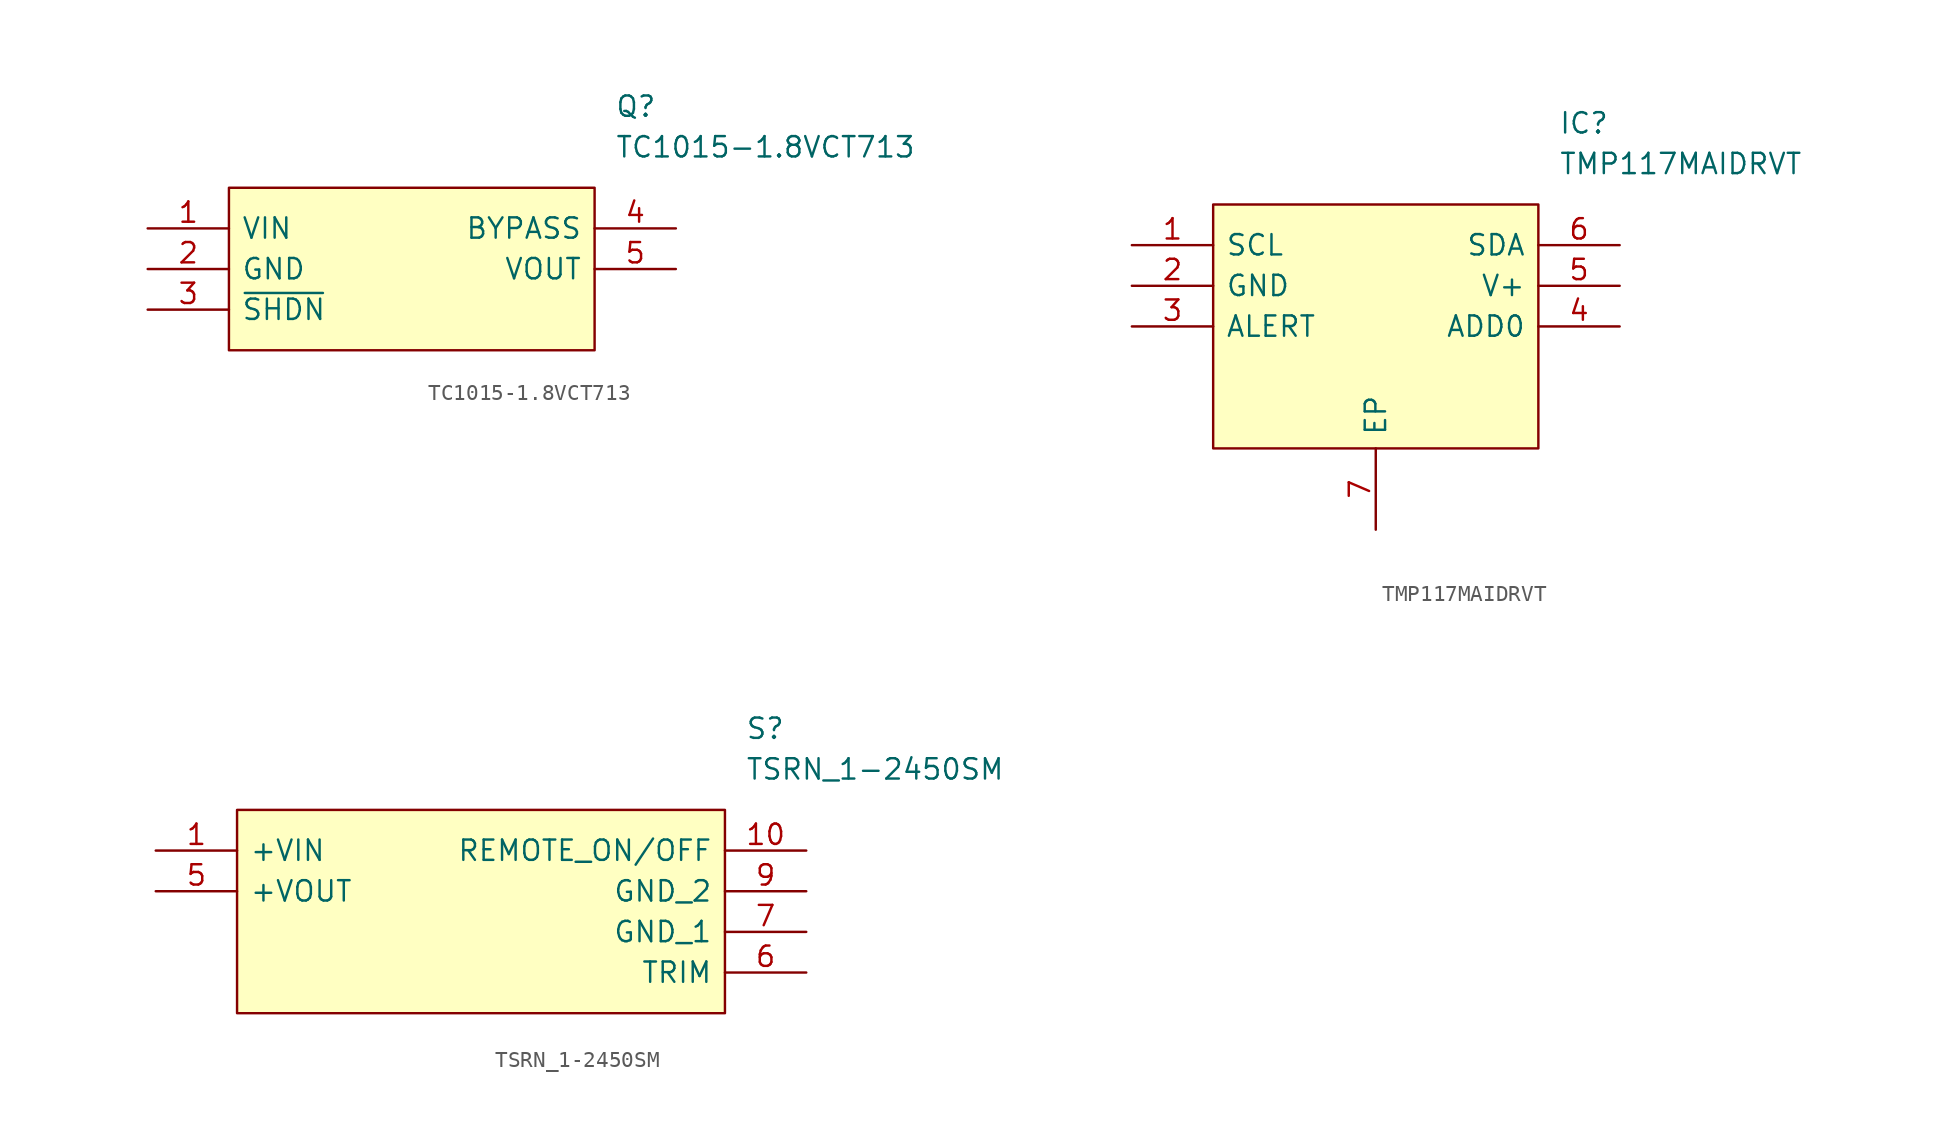
<source format=kicad_sym>
(kicad_symbol_lib
  (version 20220914)
  (generator kicad_symbol_editor)
  (symbol "TC1015-1.8VCT713"
    (pin_names
      (offset 0.762))
    (property "Reference" "Q"
      (at 29.21 7.62 0)
      (effects (font (size 1.27 1.27)) (justify left)))
    (property "Value" "TC1015-1.8VCT713"
      (at 29.21 5.08 0)
      (effects (font (size 1.27 1.27)) (justify left)))
    (symbol "TC1015-1.8VCT713_0_0"
      (pin passive line (at 0 0 0) (length 5.08) (name "VIN" (effects (font (size 1.27 1.27)))) (number "1" (effects (font (size 1.27 1.27)))))
      (pin passive line (at 0 -2.54 0) (length 5.08) (name "GND" (effects (font (size 1.27 1.27)))) (number "2" (effects (font (size 1.27 1.27)))))
      (pin passive line (at 0 -5.08 0) (length 5.08) (name "~{SHDN}" (effects (font (size 1.27 1.27)))) (number "3" (effects (font (size 1.27 1.27)))))
      (pin passive line (at 33.02 0 180) (length 5.08) (name "BYPASS" (effects (font (size 1.27 1.27)))) (number "4" (effects (font (size 1.27 1.27)))))
      (pin passive line (at 33.02 -2.54 180) (length 5.08) (name "VOUT" (effects (font (size 1.27 1.27)))) (number "5" (effects (font (size 1.27 1.27))))))
    (symbol "TC1015-1.8VCT713_1_1"
      (polyline (pts (xy 5.08 2.54) (xy 27.94 2.54) (xy 27.94 -7.62) (xy 5.08 -7.62) (xy 5.08 2.54)) (stroke (width 0.152) (type solid)) (fill (type background)))))
  (symbol "TMP117MAIDRVT"
    (pin_names
      (offset 0.762))
    (property "Reference" "IC"
      (at 26.67 7.62 0)
      (effects (font (size 1.27 1.27)) (justify left)))
    (property "Value" "TMP117MAIDRVT"
      (at 26.67 5.08 0)
      (effects (font (size 1.27 1.27)) (justify left)))
    (symbol "TMP117MAIDRVT_0_0"
      (pin passive line (at 0 0 0) (length 5.08) (name "SCL" (effects (font (size 1.27 1.27)))) (number "1" (effects (font (size 1.27 1.27)))))
      (pin passive line (at 0 -2.54 0) (length 5.08) (name "GND" (effects (font (size 1.27 1.27)))) (number "2" (effects (font (size 1.27 1.27)))))
      (pin passive line (at 0 -5.08 0) (length 5.08) (name "ALERT" (effects (font (size 1.27 1.27)))) (number "3" (effects (font (size 1.27 1.27)))))
      (pin passive line (at 30.48 -5.08 180) (length 5.08) (name "ADD0" (effects (font (size 1.27 1.27)))) (number "4" (effects (font (size 1.27 1.27)))))
      (pin passive line (at 30.48 -2.54 180) (length 5.08) (name "V+" (effects (font (size 1.27 1.27)))) (number "5" (effects (font (size 1.27 1.27)))))
      (pin passive line (at 30.48 0 180) (length 5.08) (name "SDA" (effects (font (size 1.27 1.27)))) (number "6" (effects (font (size 1.27 1.27)))))
      (pin passive line (at 15.24 -17.78 90) (length 5.08) (name "EP" (effects (font (size 1.27 1.27)))) (number "7" (effects (font (size 1.27 1.27))))))
    (symbol "TMP117MAIDRVT_1_1"
      (polyline (pts (xy 5.08 2.54) (xy 25.4 2.54) (xy 25.4 -12.7) (xy 5.08 -12.7) (xy 5.08 2.54)) (stroke (width 0.152) (type solid)) (fill (type background)))))
  (symbol "TSRN_1-2450SM"
    (pin_names
      (offset 0.762))
    (property "Reference" "S"
      (at 36.83 7.62 0)
      (effects (font (size 1.27 1.27)) (justify left)))
    (property "Value" "TSRN_1-2450SM"
      (at 36.83 5.08 0)
      (effects (font (size 1.27 1.27)) (justify left)))
    (symbol "TSRN_1-2450SM_0_0"
      (pin passive line (at 0 0 0) (length 5.08) (name "+VIN" (effects (font (size 1.27 1.27)))) (number "1" (effects (font (size 1.27 1.27)))))
      (pin passive line (at 40.64 0 180) (length 5.08) (name "REMOTE_ON/OFF" (effects (font (size 1.27 1.27)))) (number "10" (effects (font (size 1.27 1.27)))))
      (pin passive line (at 0 -2.54 0) (length 5.08) (name "+VOUT" (effects (font (size 1.27 1.27)))) (number "5" (effects (font (size 1.27 1.27)))))
      (pin passive line (at 40.64 -7.62 180) (length 5.08) (name "TRIM" (effects (font (size 1.27 1.27)))) (number "6" (effects (font (size 1.27 1.27)))))
      (pin passive line (at 40.64 -5.08 180) (length 5.08) (name "GND_1" (effects (font (size 1.27 1.27)))) (number "7" (effects (font (size 1.27 1.27)))))
      (pin passive line (at 40.64 -2.54 180) (length 5.08) (name "GND_2" (effects (font (size 1.27 1.27)))) (number "9" (effects (font (size 1.27 1.27))))))
    (symbol "TSRN_1-2450SM_1_1"
      (polyline (pts (xy 5.08 2.54) (xy 35.56 2.54) (xy 35.56 -10.16) (xy 5.08 -10.16) (xy 5.08 2.54)) (stroke (width 0.152) (type solid)) (fill (type background))))))
</source>
